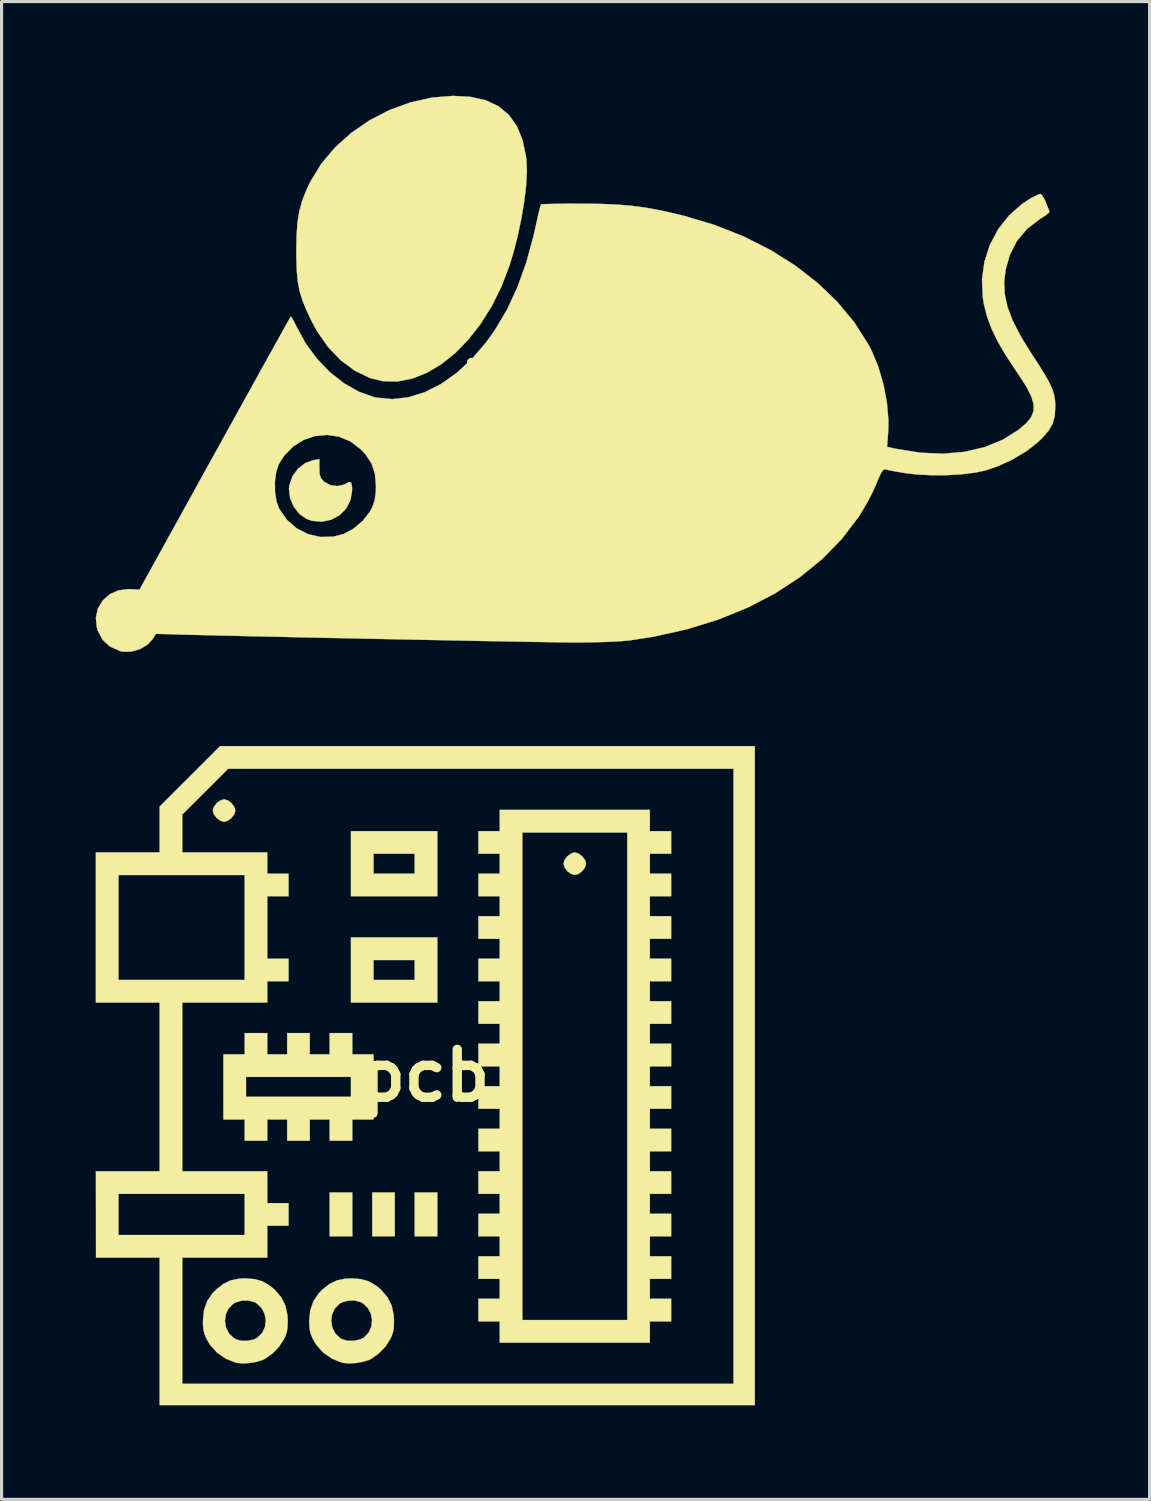
<source format=kicad_pcb>
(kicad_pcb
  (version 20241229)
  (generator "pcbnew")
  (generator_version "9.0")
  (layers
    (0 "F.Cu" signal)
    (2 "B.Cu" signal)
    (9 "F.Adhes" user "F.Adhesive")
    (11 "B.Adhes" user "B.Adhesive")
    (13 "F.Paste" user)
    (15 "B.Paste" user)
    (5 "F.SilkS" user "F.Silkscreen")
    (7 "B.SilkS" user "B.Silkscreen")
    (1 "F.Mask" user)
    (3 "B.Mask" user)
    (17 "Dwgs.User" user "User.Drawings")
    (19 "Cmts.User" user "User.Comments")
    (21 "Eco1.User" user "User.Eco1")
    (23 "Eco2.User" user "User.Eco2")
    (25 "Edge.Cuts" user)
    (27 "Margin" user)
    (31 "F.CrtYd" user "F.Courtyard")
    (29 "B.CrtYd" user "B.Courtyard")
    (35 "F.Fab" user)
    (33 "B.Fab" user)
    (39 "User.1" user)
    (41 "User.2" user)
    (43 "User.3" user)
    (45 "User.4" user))
  (footprint "mouse"
    (layer "F.Cu")
    (at 15.282 8.828)
    (property "Reference" "mouse" (at 0 0 0) (layer "F.SilkS") (effects (font (size 1.524 1.524) (thickness 0.3))))
    (attr through_hole)
    (fp_poly (pts (xy -8.156 3.048) (xy -8.147 3.236) (xy -8.107 3.357) (xy -8.02 3.457) (xy -7.998 3.476) (xy -7.803 3.581) (xy -7.576 3.612) (xy -7.363 3.565) (xy -7.301 3.53) (xy -7.199 3.477) (xy -7.14 3.507) (xy -7.115 3.63) (xy -7.112 3.745) (xy -7.163 4.059) (xy -7.303 4.328) (xy -7.514 4.54) (xy -7.778 4.683) (xy -8.075 4.747) (xy -8.388 4.718) (xy -8.554 4.662) (xy -8.787 4.504) (xy -8.97 4.269) (xy -9.088 3.99) (xy -9.124 3.698) (xy -9.112 3.582) (xy -9.01 3.297) (xy -8.83 3.053) (xy -8.597 2.874) (xy -8.352 2.787) (xy -8.156 2.756) (xy -8.156 3.048)) (stroke (width 0.01) (type solid)) (fill yes) (layer "F.SilkS"))
    (fp_poly (pts (xy -3.33 -8.79) (xy -2.847 -8.68) (xy -2.442 -8.489) (xy -2.114 -8.215) (xy -1.861 -7.858) (xy -1.68 -7.416) (xy -1.57 -6.885) (xy -1.556 -6.767) (xy -1.543 -6.405) (xy -1.568 -5.96) (xy -1.628 -5.457) (xy -1.718 -4.917) (xy -1.835 -4.363) (xy -1.975 -3.818) (xy -2.093 -3.428) (xy -2.351 -2.75) (xy -2.661 -2.124) (xy -3.016 -1.558) (xy -3.407 -1.056) (xy -3.829 -0.624) (xy -4.273 -0.269) (xy -4.733 0.003) (xy -5.202 0.188) (xy -5.671 0.278) (xy -6.134 0.268) (xy -6.539 0.169) (xy -7.021 -0.062) (xy -7.47 -0.395) (xy -7.876 -0.818) (xy -8.228 -1.321) (xy -8.412 -1.663) (xy -8.578 -2.019) (xy -8.701 -2.324) (xy -8.787 -2.607) (xy -8.842 -2.898) (xy -8.874 -3.225) (xy -8.887 -3.618) (xy -8.889 -3.895) (xy -8.881 -4.388) (xy -8.851 -4.797) (xy -8.794 -5.151) (xy -8.704 -5.479) (xy -8.575 -5.808) (xy -8.441 -6.091) (xy -8.093 -6.661) (xy -7.653 -7.183) (xy -7.135 -7.647) (xy -6.553 -8.046) (xy -5.921 -8.372) (xy -5.254 -8.615) (xy -4.563 -8.769) (xy -3.895 -8.823) (xy -3.33 -8.79)) (stroke (width 0.01) (type solid)) (fill yes) (layer "F.SilkS"))
    (fp_poly (pts (xy 14.878 -5.653) (xy 14.95 -5.53) (xy 14.992 -5.433) (xy 15.056 -5.274) (xy 15.102 -5.161) (xy 15.115 -5.132) (xy 15.078 -5.088) (xy 14.968 -5.004) (xy 14.807 -4.898) (xy 14.793 -4.89) (xy 14.388 -4.579) (xy 14.072 -4.199) (xy 13.844 -3.749) (xy 13.713 -3.285) (xy 13.667 -2.893) (xy 13.685 -2.502) (xy 13.773 -2.098) (xy 13.935 -1.667) (xy 14.176 -1.194) (xy 14.499 -0.666) (xy 14.536 -0.61) (xy 14.781 -0.234) (xy 14.968 0.068) (xy 15.104 0.312) (xy 15.197 0.515) (xy 15.255 0.695) (xy 15.286 0.868) (xy 15.296 1.051) (xy 15.296 1.089) (xy 15.277 1.38) (xy 15.211 1.624) (xy 15.081 1.848) (xy 14.875 2.084) (xy 14.744 2.21) (xy 14.385 2.492) (xy 13.95 2.753) (xy 13.478 2.973) (xy 13.094 3.107) (xy 12.74 3.183) (xy 12.308 3.236) (xy 11.83 3.264) (xy 11.338 3.265) (xy 10.866 3.24) (xy 10.519 3.198) (xy 10.271 3.157) (xy 10.061 3.119) (xy 9.916 3.089) (xy 9.87 3.076) (xy 9.817 3.09) (xy 9.753 3.178) (xy 9.67 3.352) (xy 9.598 3.531) (xy 9.484 3.785) (xy 9.328 4.087) (xy 9.152 4.394) (xy 9.028 4.591) (xy 8.497 5.289) (xy 7.874 5.93) (xy 7.162 6.511) (xy 6.368 7.029) (xy 5.498 7.482) (xy 4.557 7.865) (xy 3.55 8.176) (xy 2.484 8.413) (xy 1.722 8.53) (xy 1.469 8.553) (xy 1.128 8.572) (xy 0.725 8.586) (xy 0.284 8.593) (xy -0.113 8.594) (xy -0.321 8.592) (xy -0.632 8.588) (xy -1.036 8.581) (xy -1.522 8.573) (xy -2.081 8.563) (xy -2.702 8.552) (xy -3.375 8.539) (xy -4.09 8.525) (xy -4.837 8.51) (xy -5.606 8.495) (xy -6.387 8.479) (xy -7.17 8.463) (xy -7.944 8.447) (xy -8.699 8.431) (xy -9.426 8.415) (xy -10.114 8.4) (xy -10.753 8.386) (xy -11.333 8.373) (xy -11.844 8.36) (xy -12.276 8.35) (xy -12.619 8.341) (xy -12.736 8.337) (xy -13.366 8.319) (xy -13.457 8.473) (xy -13.629 8.664) (xy -13.872 8.807) (xy -14.147 8.886) (xy -14.419 8.888) (xy -14.515 8.866) (xy -14.833 8.721) (xy -15.062 8.511) (xy -15.213 8.227) (xy -15.246 8.119) (xy -15.277 7.801) (xy -15.21 7.508) (xy -15.057 7.255) (xy -14.833 7.057) (xy -14.551 6.932) (xy -14.225 6.894) (xy -14.19 6.896) (xy -13.888 6.914) (xy -11.983 3.468) (xy -9.572 3.468) (xy -9.568 3.804) (xy -9.518 4.116) (xy -9.437 4.334) (xy -9.192 4.686) (xy -8.881 4.957) (xy -8.52 5.141) (xy -8.127 5.233) (xy -7.718 5.224) (xy -7.379 5.137) (xy -7.066 4.969) (xy -6.776 4.722) (xy -6.545 4.428) (xy -6.47 4.29) (xy -6.395 4.076) (xy -6.359 3.824) (xy -6.352 3.612) (xy -6.384 3.224) (xy -6.488 2.901) (xy -6.676 2.61) (xy -6.833 2.441) (xy -7.162 2.191) (xy -7.526 2.038) (xy -7.907 1.981) (xy -8.289 2.015) (xy -8.656 2.139) (xy -8.991 2.349) (xy -9.278 2.642) (xy -9.439 2.894) (xy -9.529 3.151) (xy -9.572 3.468) (xy -11.983 3.468) (xy -11.489 2.574) (xy -11.132 1.928) (xy -10.79 1.311) (xy -10.468 0.729) (xy -10.169 0.19) (xy -9.898 -0.3) (xy -9.658 -0.732) (xy -9.453 -1.1) (xy -9.288 -1.397) (xy -9.166 -1.616) (xy -9.091 -1.749) (xy -9.067 -1.79) (xy -9.033 -1.756) (xy -8.969 -1.643) (xy -8.896 -1.494) (xy -8.601 -0.95) (xy -8.24 -0.456) (xy -7.827 -0.025) (xy -7.376 0.332) (xy -6.9 0.603) (xy -6.414 0.776) (xy -6.337 0.793) (xy -5.833 0.841) (xy -5.318 0.782) (xy -4.799 0.621) (xy -4.285 0.362) (xy -3.783 0.009) (xy -3.301 -0.434) (xy -2.847 -0.961) (xy -2.567 -1.352) (xy -2.179 -2.005) (xy -1.847 -2.718) (xy -1.563 -3.507) (xy -1.325 -4.384) (xy -1.237 -4.778) (xy -1.186 -5.014) (xy -1.14 -5.207) (xy -1.105 -5.33) (xy -1.092 -5.361) (xy -1.03 -5.37) (xy -0.871 -5.377) (xy -0.632 -5.383) (xy -0.33 -5.387) (xy 0.018 -5.388) (xy 0.188 -5.388) (xy 0.796 -5.381) (xy 1.323 -5.359) (xy 1.8 -5.32) (xy 2.259 -5.258) (xy 2.73 -5.171) (xy 3.244 -5.055) (xy 3.473 -4.998) (xy 4.442 -4.709) (xy 5.359 -4.346) (xy 6.215 -3.914) (xy 7.004 -3.419) (xy 7.717 -2.866) (xy 8.348 -2.261) (xy 8.889 -1.608) (xy 9.332 -0.914) (xy 9.442 -0.706) (xy 9.655 -0.195) (xy 9.82 0.372) (xy 9.931 0.958) (xy 9.979 1.525) (xy 9.97 1.894) (xy 9.934 2.361) (xy 10.231 2.426) (xy 10.992 2.548) (xy 11.719 2.579) (xy 12.405 2.52) (xy 13.042 2.371) (xy 13.621 2.135) (xy 14.125 1.818) (xy 14.363 1.617) (xy 14.522 1.423) (xy 14.603 1.222) (xy 14.605 1.002) (xy 14.528 0.746) (xy 14.372 0.441) (xy 14.137 0.074) (xy 14.086 0) (xy 13.74 -0.521) (xy 13.468 -0.983) (xy 13.263 -1.405) (xy 13.116 -1.804) (xy 13.018 -2.198) (xy 12.987 -2.39) (xy 12.96 -2.971) (xy 13.038 -3.539) (xy 13.213 -4.079) (xy 13.478 -4.577) (xy 13.829 -5.02) (xy 14.256 -5.393) (xy 14.518 -5.561) (xy 14.672 -5.642) (xy 14.789 -5.692) (xy 14.823 -5.7) (xy 14.878 -5.653)) (stroke (width 0.01) (type solid)) (fill yes) (layer "F.SilkS")))
  (footprint "pcb"
    (layer "F.Cu")
    (at 10.504 31.225)
    (property "Reference" "pcb" (at 0 0 0) (layer "F.SilkS") (effects (font (size 1.524 1.524) (thickness 0.3))))
    (attr through_hole)
    (fp_poly (pts (xy -2.328 5.122) (xy -3.048 5.122) (xy -3.048 3.725) (xy -2.328 3.725) (xy -2.328 5.122)) (stroke (width 0.01) (type solid)) (fill yes) (layer "F.SilkS"))
    (fp_poly (pts (xy -0.974 5.122) (xy -1.693 5.122) (xy -1.693 3.725) (xy -0.974 3.725) (xy -0.974 5.122)) (stroke (width 0.01) (type solid)) (fill yes) (layer "F.SilkS"))
    (fp_poly (pts (xy 0.381 5.122) (xy -0.339 5.122) (xy -0.339 3.725) (xy 0.381 3.725) (xy 0.381 5.122)) (stroke (width 0.01) (type solid)) (fill yes) (layer "F.SilkS"))
    (fp_poly (pts (xy 0.381 -5.715) (xy -2.371 -5.715) (xy -2.371 -7.07) (xy -1.651 -7.07) (xy -1.651 -6.435) (xy -0.339 -6.435) (xy -0.339 -7.07) (xy -1.651 -7.07) (xy -2.371 -7.07) (xy -2.371 -7.789) (xy 0.381 -7.789) (xy 0.381 -5.715)) (stroke (width 0.01) (type solid)) (fill yes) (layer "F.SilkS"))
    (fp_poly (pts (xy 0.381 -2.328) (xy -2.371 -2.328) (xy -2.371 -3.683) (xy -1.651 -3.683) (xy -1.651 -3.048) (xy -0.339 -3.048) (xy -0.339 -3.683) (xy -1.651 -3.683) (xy -2.371 -3.683) (xy -2.371 -4.403) (xy 0.381 -4.403) (xy 0.381 -2.328)) (stroke (width 0.01) (type solid)) (fill yes) (layer "F.SilkS"))
    (fp_poly (pts (xy -6.293 -8.769) (xy -6.175 -8.679) (xy -6.087 -8.56) (xy -6.054 -8.445) (xy -6.09 -8.325) (xy -6.18 -8.207) (xy -6.299 -8.119) (xy -6.413 -8.086) (xy -6.53 -8.12) (xy -6.65 -8.209) (xy -6.74 -8.331) (xy -6.773 -8.445) (xy -6.737 -8.566) (xy -6.647 -8.684) (xy -6.528 -8.772) (xy -6.413 -8.805) (xy -6.293 -8.769)) (stroke (width 0.01) (type solid)) (fill yes) (layer "F.SilkS"))
    (fp_poly (pts (xy 4.879 -7.078) (xy 4.999 -6.988) (xy 5.089 -6.867) (xy 5.122 -6.752) (xy 5.086 -6.632) (xy 4.996 -6.514) (xy 4.877 -6.425) (xy 4.763 -6.392) (xy 4.646 -6.427) (xy 4.526 -6.516) (xy 4.436 -6.638) (xy 4.403 -6.752) (xy 4.439 -6.873) (xy 4.529 -6.99) (xy 4.648 -7.079) (xy 4.763 -7.112) (xy 4.879 -7.078)) (stroke (width 0.01) (type solid)) (fill yes) (layer "F.SilkS"))
    (fp_poly (pts (xy -5.038 -0.677) (xy -4.403 -0.677) (xy -4.403 -1.355) (xy -3.683 -1.355) (xy -3.683 -0.677) (xy -3.048 -0.677) (xy -3.048 -1.355) (xy -2.328 -1.355) (xy -2.328 -0.677) (xy -1.651 -0.677) (xy -1.651 1.397) (xy -2.328 1.397) (xy -2.328 2.074) (xy -3.048 2.074) (xy -3.048 1.397) (xy -3.683 1.397) (xy -3.683 2.074) (xy -4.403 2.074) (xy -4.403 1.397) (xy -5.038 1.397) (xy -5.038 2.074) (xy -5.757 2.074) (xy -5.757 1.397) (xy -6.435 1.397) (xy -6.435 0.042) (xy -5.715 0.042) (xy -5.715 0.677) (xy -2.371 0.677) (xy -2.371 0.042) (xy -5.715 0.042) (xy -6.435 0.042) (xy -6.435 -0.677) (xy -5.757 -0.677) (xy -5.757 -1.355) (xy -5.038 -1.355) (xy -5.038 -0.677)) (stroke (width 0.01) (type solid)) (fill yes) (layer "F.SilkS"))
    (fp_poly (pts (xy 10.499 10.499) (xy -8.467 10.499) (xy -8.467 5.8) (xy -10.495 5.8) (xy -10.496 4.424) (xy -10.497 3.768) (xy -9.779 3.768) (xy -9.779 5.08) (xy -5.757 5.08) (xy -5.757 3.768) (xy -9.779 3.768) (xy -10.497 3.768) (xy -10.498 3.048) (xy -8.467 3.048) (xy -8.467 -2.328) (xy -10.499 -2.328) (xy -10.499 -6.392) (xy -9.779 -6.392) (xy -9.779 -3.048) (xy -5.757 -3.048) (xy -5.757 -6.392) (xy -9.779 -6.392) (xy -10.499 -6.392) (xy -10.499 -7.112) (xy -8.467 -7.112) (xy -8.467 -8.319) (xy -7.747 -8.319) (xy -7.747 -7.112) (xy -5.038 -7.112) (xy -5.038 -6.435) (xy -4.36 -6.435) (xy -4.36 -5.715) (xy -5.038 -5.715) (xy -5.038 -3.725) (xy -4.36 -3.725) (xy -4.36 -3.006) (xy -5.038 -3.006) (xy -5.038 -2.328) (xy -7.747 -2.328) (xy -7.747 3.048) (xy -5.038 3.048) (xy -5.038 4.064) (xy -4.36 4.064) (xy -4.36 4.784) (xy -5.038 4.784) (xy -5.038 5.8) (xy -7.747 5.8) (xy -7.747 9.821) (xy 9.821 9.821) (xy 9.821 -9.779) (xy -6.286 -9.779) (xy -7.016 -9.049) (xy -7.747 -8.319) (xy -8.467 -8.319) (xy -8.467 -8.573) (xy -6.54 -10.499) (xy 10.499 -10.499) (xy 10.499 10.499)) (stroke (width 0.01) (type solid)) (fill yes) (layer "F.SilkS"))
    (fp_poly (pts (xy -5.438 6.485) (xy -5.189 6.557) (xy -4.961 6.69) (xy -4.807 6.818) (xy -4.595 7.061) (xy -4.458 7.335) (xy -4.393 7.647) (xy -4.385 7.811) (xy -4.391 8.007) (xy -4.412 8.155) (xy -4.457 8.291) (xy -4.501 8.388) (xy -4.659 8.636) (xy -4.872 8.856) (xy -5.114 9.024) (xy -5.196 9.064) (xy -5.384 9.122) (xy -5.605 9.159) (xy -5.825 9.171) (xy -6.008 9.154) (xy -6.032 9.149) (xy -6.36 9.02) (xy -6.64 8.826) (xy -6.863 8.574) (xy -6.972 8.388) (xy -7.035 8.241) (xy -7.07 8.105) (xy -7.085 7.943) (xy -7.087 7.823) (xy -6.387 7.823) (xy -6.352 8.029) (xy -6.258 8.215) (xy -6.107 8.362) (xy -6.044 8.399) (xy -5.867 8.45) (xy -5.66 8.452) (xy -5.463 8.408) (xy -5.346 8.348) (xy -5.196 8.194) (xy -5.109 8.005) (xy -5.085 7.799) (xy -5.12 7.594) (xy -5.215 7.409) (xy -5.366 7.263) (xy -5.445 7.218) (xy -5.639 7.166) (xy -5.853 7.171) (xy -6.052 7.23) (xy -6.128 7.274) (xy -6.276 7.427) (xy -6.362 7.616) (xy -6.387 7.823) (xy -7.087 7.823) (xy -7.087 7.811) (xy -7.054 7.476) (xy -6.951 7.185) (xy -6.775 6.929) (xy -6.665 6.818) (xy -6.438 6.639) (xy -6.206 6.527) (xy -5.943 6.472) (xy -5.736 6.463) (xy -5.438 6.485)) (stroke (width 0.01) (type solid)) (fill yes) (layer "F.SilkS"))
    (fp_poly (pts (xy -2.052 6.485) (xy -1.802 6.557) (xy -1.575 6.69) (xy -1.42 6.818) (xy -1.208 7.061) (xy -1.071 7.335) (xy -1.006 7.647) (xy -0.999 7.811) (xy -1.004 8.007) (xy -1.026 8.155) (xy -1.07 8.291) (xy -1.114 8.388) (xy -1.272 8.636) (xy -1.485 8.856) (xy -1.727 9.024) (xy -1.81 9.064) (xy -1.997 9.122) (xy -2.219 9.159) (xy -2.438 9.171) (xy -2.621 9.154) (xy -2.646 9.149) (xy -2.973 9.02) (xy -3.253 8.826) (xy -3.477 8.574) (xy -3.585 8.388) (xy -3.648 8.241) (xy -3.683 8.105) (xy -3.698 7.943) (xy -3.7 7.823) (xy -3 7.823) (xy -2.965 8.029) (xy -2.871 8.215) (xy -2.721 8.362) (xy -2.658 8.399) (xy -2.48 8.45) (xy -2.274 8.452) (xy -2.076 8.408) (xy -1.959 8.348) (xy -1.809 8.194) (xy -1.723 8.005) (xy -1.698 7.799) (xy -1.734 7.594) (xy -1.828 7.409) (xy -1.98 7.263) (xy -2.058 7.218) (xy -2.252 7.166) (xy -2.466 7.171) (xy -2.665 7.23) (xy -2.741 7.274) (xy -2.89 7.427) (xy -2.975 7.616) (xy -3 7.823) (xy -3.7 7.823) (xy -3.7 7.811) (xy -3.667 7.476) (xy -3.564 7.185) (xy -3.388 6.929) (xy -3.279 6.818) (xy -3.051 6.639) (xy -2.819 6.527) (xy -2.557 6.472) (xy -2.349 6.463) (xy -2.052 6.485)) (stroke (width 0.01) (type solid)) (fill yes) (layer "F.SilkS"))
    (fp_poly (pts (xy 7.154 -7.789) (xy 7.832 -7.789) (xy 7.832 -7.07) (xy 7.154 -7.07) (xy 7.154 -6.435) (xy 7.832 -6.435) (xy 7.832 -5.715) (xy 7.154 -5.715) (xy 7.154 -5.08) (xy 7.832 -5.08) (xy 7.832 -4.36) (xy 7.154 -4.36) (xy 7.154 -3.725) (xy 7.832 -3.725) (xy 7.832 -3.006) (xy 7.154 -3.006) (xy 7.154 -2.371) (xy 7.832 -2.371) (xy 7.832 -1.651) (xy 7.154 -1.651) (xy 7.154 -1.016) (xy 7.832 -1.016) (xy 7.832 -0.296) (xy 7.154 -0.296) (xy 7.154 0.339) (xy 7.832 0.339) (xy 7.832 1.058) (xy 7.154 1.058) (xy 7.154 1.693) (xy 7.832 1.693) (xy 7.832 2.413) (xy 7.154 2.413) (xy 7.154 3.048) (xy 7.832 3.048) (xy 7.832 3.768) (xy 7.154 3.768) (xy 7.154 4.403) (xy 7.832 4.403) (xy 7.832 5.122) (xy 7.154 5.122) (xy 7.154 5.757) (xy 7.832 5.757) (xy 7.832 6.477) (xy 7.154 6.477) (xy 7.154 7.112) (xy 7.832 7.112) (xy 7.832 7.832) (xy 7.154 7.832) (xy 7.154 8.509) (xy 2.371 8.509) (xy 2.371 7.832) (xy 1.693 7.832) (xy 1.693 7.112) (xy 2.371 7.112) (xy 2.371 6.477) (xy 1.693 6.477) (xy 1.693 5.757) (xy 2.371 5.757) (xy 2.371 5.122) (xy 1.693 5.122) (xy 1.693 4.403) (xy 2.371 4.403) (xy 2.371 3.768) (xy 1.693 3.768) (xy 1.693 3.048) (xy 2.371 3.048) (xy 2.371 2.413) (xy 1.693 2.413) (xy 1.693 1.693) (xy 2.371 1.693) (xy 2.371 1.058) (xy 1.693 1.058) (xy 1.693 0.339) (xy 2.371 0.339) (xy 2.371 -0.296) (xy 1.693 -0.296) (xy 1.693 -1.016) (xy 2.371 -1.016) (xy 2.371 -1.651) (xy 1.693 -1.651) (xy 1.693 -2.371) (xy 2.371 -2.371) (xy 2.371 -3.006) (xy 1.693 -3.006) (xy 1.693 -3.725) (xy 2.371 -3.725) (xy 2.371 -4.36) (xy 1.693 -4.36) (xy 1.693 -5.08) (xy 2.371 -5.08) (xy 2.371 -5.715) (xy 1.693 -5.715) (xy 1.693 -6.435) (xy 2.371 -6.435) (xy 2.371 -7.07) (xy 1.693 -7.07) (xy 1.693 -7.747) (xy 3.09 -7.747) (xy 3.09 7.789) (xy 6.435 7.789) (xy 6.435 -7.747) (xy 3.09 -7.747) (xy 1.693 -7.747) (xy 1.693 -7.789) (xy 2.371 -7.789) (xy 2.371 -8.467) (xy 7.154 -8.467) (xy 7.154 -7.789)) (stroke (width 0.01) (type solid)) (fill yes) (layer "F.SilkS")))
  (gr_rect
    (start -3 -3)
    (end 33.583 44.728)
    (stroke (width 0.1) (type default))
    (fill no)
    (layer "Edge.Cuts")))
</source>
